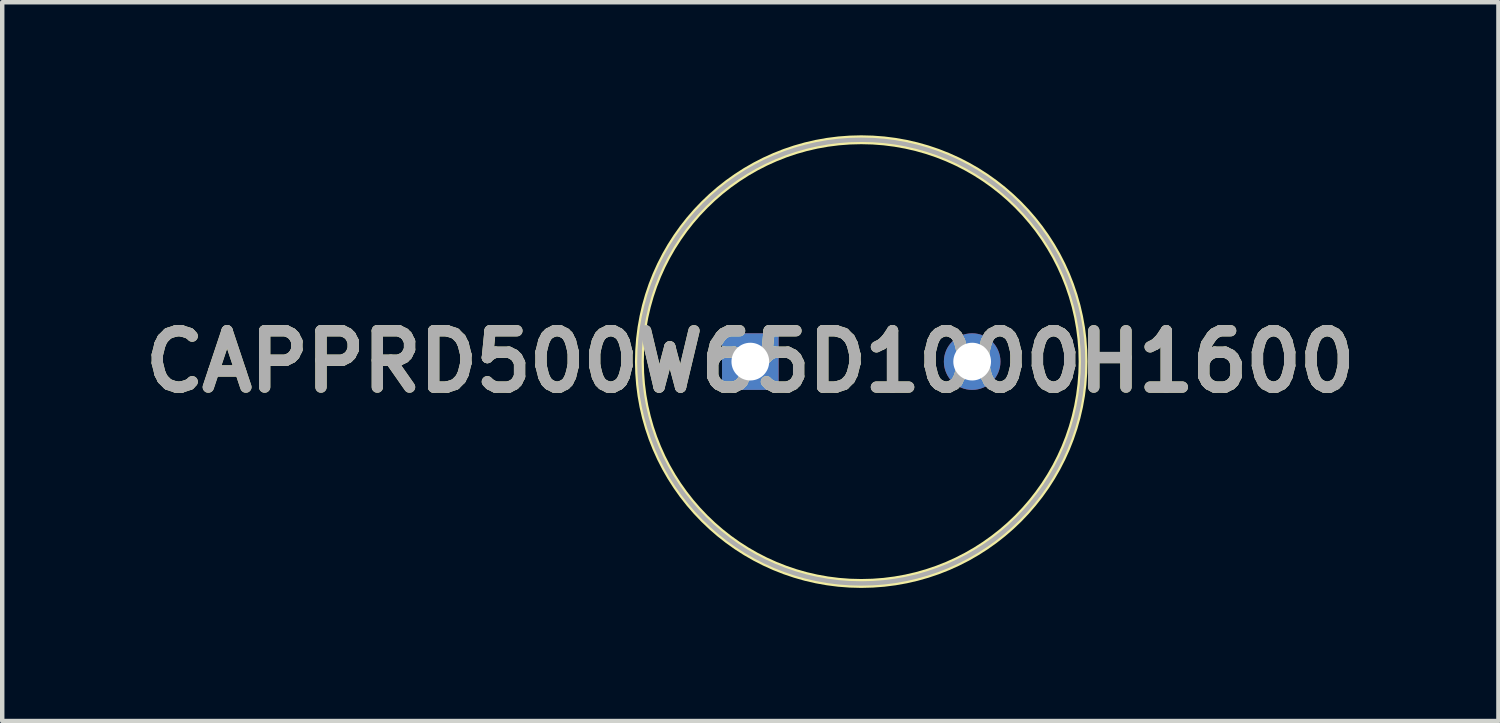
<source format=kicad_pcb>
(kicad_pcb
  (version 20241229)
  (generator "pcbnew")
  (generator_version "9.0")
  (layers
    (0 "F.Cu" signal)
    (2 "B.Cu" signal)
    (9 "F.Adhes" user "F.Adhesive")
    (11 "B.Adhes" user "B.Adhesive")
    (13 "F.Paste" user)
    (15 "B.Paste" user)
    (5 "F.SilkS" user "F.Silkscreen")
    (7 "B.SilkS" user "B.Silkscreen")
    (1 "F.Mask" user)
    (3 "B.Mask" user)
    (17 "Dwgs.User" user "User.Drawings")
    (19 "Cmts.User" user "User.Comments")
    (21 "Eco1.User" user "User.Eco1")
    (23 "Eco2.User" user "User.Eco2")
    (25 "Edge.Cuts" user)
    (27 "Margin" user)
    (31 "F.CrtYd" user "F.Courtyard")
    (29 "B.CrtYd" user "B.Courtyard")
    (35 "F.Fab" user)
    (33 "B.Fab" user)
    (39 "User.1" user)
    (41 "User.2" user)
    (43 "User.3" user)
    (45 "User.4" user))
  (footprint "CAPPRD500W65D1000H1600"
    (layer "F.Cu")
    (at 13.861 5.1)
    (property "Reference" "CAPPRD500W65D1000H1600" (at 0 0 0) (layer "F.SilkS") (effects (font (size 1.27 1.27) (thickness 0.254))))
    (attr through_hole)
    (fp_circle (center 2.5 0) (end 2.5 5) (stroke (width 0.2) (type solid)) (fill no) (layer "F.SilkS"))
    (fp_circle (center 2.5 0) (end 2.5 5) (stroke (width 0.1) (type solid)) (fill no) (layer "F.Fab"))
    (fp_text user "${REFERENCE}" (at 0 0 0) (layer "F.Fab") (effects (font (size 1.27 1.27) (thickness 0.254))))
    (pad "1" thru_hole rect (at 0 0) (size 1.275 1.275) (drill 0.85) (layers "*.Cu" "*.Mask"))
    (pad "2" thru_hole circle (at 5 0) (size 1.275 1.275) (drill 0.85) (layers "*.Cu" "*.Mask")))
  (gr_rect
    (start -3 -3)
    (end 30.722 13.2)
    (stroke (width 0.1) (type default))
    (fill no)
    (layer "Edge.Cuts")))
</source>
